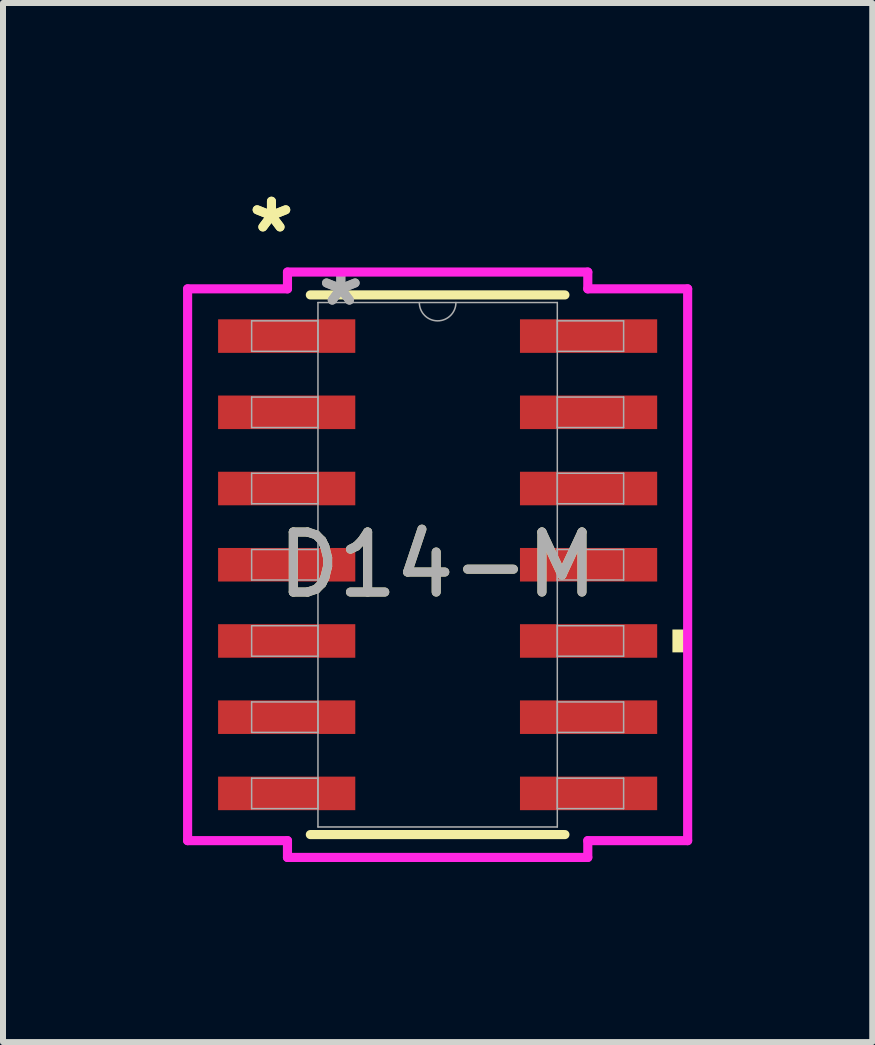
<source format=kicad_pcb>
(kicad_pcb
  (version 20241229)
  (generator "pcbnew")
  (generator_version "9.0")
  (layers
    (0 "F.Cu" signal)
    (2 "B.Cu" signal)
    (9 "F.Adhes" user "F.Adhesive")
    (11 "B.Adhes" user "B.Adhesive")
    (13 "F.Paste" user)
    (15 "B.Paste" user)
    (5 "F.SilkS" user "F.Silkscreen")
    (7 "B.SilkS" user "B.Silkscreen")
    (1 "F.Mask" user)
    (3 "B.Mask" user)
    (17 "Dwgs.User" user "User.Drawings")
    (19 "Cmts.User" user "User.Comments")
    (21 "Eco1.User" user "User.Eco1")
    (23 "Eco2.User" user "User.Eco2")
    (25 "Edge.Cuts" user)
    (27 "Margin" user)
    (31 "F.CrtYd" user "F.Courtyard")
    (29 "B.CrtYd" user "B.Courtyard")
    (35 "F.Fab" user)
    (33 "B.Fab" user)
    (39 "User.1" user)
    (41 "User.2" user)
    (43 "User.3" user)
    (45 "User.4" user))
  (footprint "D14-M"
    (layer "F.Cu")
    (at 4.242 6.36)
    (property "Reference" "D14-M" (at 0 0 0) (unlocked yes) (layer "F.SilkS") (effects (font (size 1 1) (thickness 0.15))))
    (attr smd)
    (fp_line (start -2.121 4.496) (end 2.121 4.496) (stroke (width 0.152) (type solid)) (layer "F.SilkS"))
    (fp_line (start 2.121 -4.496) (end -2.121 -4.496) (stroke (width 0.152) (type solid)) (layer "F.SilkS"))
    (fp_poly (pts (xy 4.166 1.079) (xy 4.166 1.46) (xy 3.912 1.46) (xy 3.912 1.079)) (stroke (width 0) (type solid)) (fill yes) (layer "F.SilkS"))
    (fp_line (start -4.166 -4.597) (end -2.502 -4.597) (stroke (width 0.152) (type solid)) (layer "F.CrtYd"))
    (fp_line (start -4.166 4.597) (end -4.166 -4.597) (stroke (width 0.152) (type solid)) (layer "F.CrtYd"))
    (fp_line (start -4.166 4.597) (end -2.502 4.597) (stroke (width 0.152) (type solid)) (layer "F.CrtYd"))
    (fp_line (start -2.502 -4.877) (end 2.502 -4.877) (stroke (width 0.152) (type solid)) (layer "F.CrtYd"))
    (fp_line (start -2.502 -4.597) (end -2.502 -4.877) (stroke (width 0.152) (type solid)) (layer "F.CrtYd"))
    (fp_line (start -2.502 4.877) (end -2.502 4.597) (stroke (width 0.152) (type solid)) (layer "F.CrtYd"))
    (fp_line (start 2.502 -4.877) (end 2.502 -4.597) (stroke (width 0.152) (type solid)) (layer "F.CrtYd"))
    (fp_line (start 2.502 4.597) (end 2.502 4.877) (stroke (width 0.152) (type solid)) (layer "F.CrtYd"))
    (fp_line (start 2.502 4.877) (end -2.502 4.877) (stroke (width 0.152) (type solid)) (layer "F.CrtYd"))
    (fp_line (start 4.166 -4.597) (end 2.502 -4.597) (stroke (width 0.152) (type solid)) (layer "F.CrtYd"))
    (fp_line (start 4.166 -4.597) (end 4.166 4.597) (stroke (width 0.152) (type solid)) (layer "F.CrtYd"))
    (fp_line (start 4.166 4.597) (end 2.502 4.597) (stroke (width 0.152) (type solid)) (layer "F.CrtYd"))
    (fp_line (start -3.099 -4.064) (end -3.099 -3.556) (stroke (width 0.025) (type solid)) (layer "F.Fab"))
    (fp_line (start -3.099 -3.556) (end -1.994 -3.556) (stroke (width 0.025) (type solid)) (layer "F.Fab"))
    (fp_line (start -3.099 -2.794) (end -3.099 -2.286) (stroke (width 0.025) (type solid)) (layer "F.Fab"))
    (fp_line (start -3.099 -2.286) (end -1.994 -2.286) (stroke (width 0.025) (type solid)) (layer "F.Fab"))
    (fp_line (start -3.099 -1.524) (end -3.099 -1.016) (stroke (width 0.025) (type solid)) (layer "F.Fab"))
    (fp_line (start -3.099 -1.016) (end -1.994 -1.016) (stroke (width 0.025) (type solid)) (layer "F.Fab"))
    (fp_line (start -3.099 -0.254) (end -3.099 0.254) (stroke (width 0.025) (type solid)) (layer "F.Fab"))
    (fp_line (start -3.099 0.254) (end -1.994 0.254) (stroke (width 0.025) (type solid)) (layer "F.Fab"))
    (fp_line (start -3.099 1.016) (end -3.099 1.524) (stroke (width 0.025) (type solid)) (layer "F.Fab"))
    (fp_line (start -3.099 1.524) (end -1.994 1.524) (stroke (width 0.025) (type solid)) (layer "F.Fab"))
    (fp_line (start -3.099 2.286) (end -3.099 2.794) (stroke (width 0.025) (type solid)) (layer "F.Fab"))
    (fp_line (start -3.099 2.794) (end -1.994 2.794) (stroke (width 0.025) (type solid)) (layer "F.Fab"))
    (fp_line (start -3.099 3.556) (end -3.099 4.064) (stroke (width 0.025) (type solid)) (layer "F.Fab"))
    (fp_line (start -3.099 4.064) (end -1.994 4.064) (stroke (width 0.025) (type solid)) (layer "F.Fab"))
    (fp_line (start -1.994 -4.369) (end -1.994 4.369) (stroke (width 0.025) (type solid)) (layer "F.Fab"))
    (fp_line (start -1.994 -4.064) (end -3.099 -4.064) (stroke (width 0.025) (type solid)) (layer "F.Fab"))
    (fp_line (start -1.994 -3.556) (end -1.994 -4.064) (stroke (width 0.025) (type solid)) (layer "F.Fab"))
    (fp_line (start -1.994 -2.794) (end -3.099 -2.794) (stroke (width 0.025) (type solid)) (layer "F.Fab"))
    (fp_line (start -1.994 -2.286) (end -1.994 -2.794) (stroke (width 0.025) (type solid)) (layer "F.Fab"))
    (fp_line (start -1.994 -1.524) (end -3.099 -1.524) (stroke (width 0.025) (type solid)) (layer "F.Fab"))
    (fp_line (start -1.994 -1.016) (end -1.994 -1.524) (stroke (width 0.025) (type solid)) (layer "F.Fab"))
    (fp_line (start -1.994 -0.254) (end -3.099 -0.254) (stroke (width 0.025) (type solid)) (layer "F.Fab"))
    (fp_line (start -1.994 0.254) (end -1.994 -0.254) (stroke (width 0.025) (type solid)) (layer "F.Fab"))
    (fp_line (start -1.994 1.016) (end -3.099 1.016) (stroke (width 0.025) (type solid)) (layer "F.Fab"))
    (fp_line (start -1.994 1.524) (end -1.994 1.016) (stroke (width 0.025) (type solid)) (layer "F.Fab"))
    (fp_line (start -1.994 2.286) (end -3.099 2.286) (stroke (width 0.025) (type solid)) (layer "F.Fab"))
    (fp_line (start -1.994 2.794) (end -1.994 2.286) (stroke (width 0.025) (type solid)) (layer "F.Fab"))
    (fp_line (start -1.994 3.556) (end -3.099 3.556) (stroke (width 0.025) (type solid)) (layer "F.Fab"))
    (fp_line (start -1.994 4.064) (end -1.994 3.556) (stroke (width 0.025) (type solid)) (layer "F.Fab"))
    (fp_line (start -1.994 4.369) (end 1.994 4.369) (stroke (width 0.025) (type solid)) (layer "F.Fab"))
    (fp_line (start 1.994 -4.369) (end -1.994 -4.369) (stroke (width 0.025) (type solid)) (layer "F.Fab"))
    (fp_line (start 1.994 -4.064) (end 1.994 -3.556) (stroke (width 0.025) (type solid)) (layer "F.Fab"))
    (fp_line (start 1.994 -3.556) (end 3.099 -3.556) (stroke (width 0.025) (type solid)) (layer "F.Fab"))
    (fp_line (start 1.994 -2.794) (end 1.994 -2.286) (stroke (width 0.025) (type solid)) (layer "F.Fab"))
    (fp_line (start 1.994 -2.286) (end 3.099 -2.286) (stroke (width 0.025) (type solid)) (layer "F.Fab"))
    (fp_line (start 1.994 -1.524) (end 1.994 -1.016) (stroke (width 0.025) (type solid)) (layer "F.Fab"))
    (fp_line (start 1.994 -1.016) (end 3.099 -1.016) (stroke (width 0.025) (type solid)) (layer "F.Fab"))
    (fp_line (start 1.994 -0.254) (end 1.994 0.254) (stroke (width 0.025) (type solid)) (layer "F.Fab"))
    (fp_line (start 1.994 0.254) (end 3.099 0.254) (stroke (width 0.025) (type solid)) (layer "F.Fab"))
    (fp_line (start 1.994 1.016) (end 1.994 1.524) (stroke (width 0.025) (type solid)) (layer "F.Fab"))
    (fp_line (start 1.994 1.524) (end 3.099 1.524) (stroke (width 0.025) (type solid)) (layer "F.Fab"))
    (fp_line (start 1.994 2.286) (end 1.994 2.794) (stroke (width 0.025) (type solid)) (layer "F.Fab"))
    (fp_line (start 1.994 2.794) (end 3.099 2.794) (stroke (width 0.025) (type solid)) (layer "F.Fab"))
    (fp_line (start 1.994 3.556) (end 1.994 4.064) (stroke (width 0.025) (type solid)) (layer "F.Fab"))
    (fp_line (start 1.994 4.064) (end 3.099 4.064) (stroke (width 0.025) (type solid)) (layer "F.Fab"))
    (fp_line (start 1.994 4.369) (end 1.994 -4.369) (stroke (width 0.025) (type solid)) (layer "F.Fab"))
    (fp_line (start 3.099 -4.064) (end 1.994 -4.064) (stroke (width 0.025) (type solid)) (layer "F.Fab"))
    (fp_line (start 3.099 -3.556) (end 3.099 -4.064) (stroke (width 0.025) (type solid)) (layer "F.Fab"))
    (fp_line (start 3.099 -2.794) (end 1.994 -2.794) (stroke (width 0.025) (type solid)) (layer "F.Fab"))
    (fp_line (start 3.099 -2.286) (end 3.099 -2.794) (stroke (width 0.025) (type solid)) (layer "F.Fab"))
    (fp_line (start 3.099 -1.524) (end 1.994 -1.524) (stroke (width 0.025) (type solid)) (layer "F.Fab"))
    (fp_line (start 3.099 -1.016) (end 3.099 -1.524) (stroke (width 0.025) (type solid)) (layer "F.Fab"))
    (fp_line (start 3.099 -0.254) (end 1.994 -0.254) (stroke (width 0.025) (type solid)) (layer "F.Fab"))
    (fp_line (start 3.099 0.254) (end 3.099 -0.254) (stroke (width 0.025) (type solid)) (layer "F.Fab"))
    (fp_line (start 3.099 1.016) (end 1.994 1.016) (stroke (width 0.025) (type solid)) (layer "F.Fab"))
    (fp_line (start 3.099 1.524) (end 3.099 1.016) (stroke (width 0.025) (type solid)) (layer "F.Fab"))
    (fp_line (start 3.099 2.286) (end 1.994 2.286) (stroke (width 0.025) (type solid)) (layer "F.Fab"))
    (fp_line (start 3.099 2.794) (end 3.099 2.286) (stroke (width 0.025) (type solid)) (layer "F.Fab"))
    (fp_line (start 3.099 3.556) (end 1.994 3.556) (stroke (width 0.025) (type solid)) (layer "F.Fab"))
    (fp_line (start 3.099 4.064) (end 3.099 3.556) (stroke (width 0.025) (type solid)) (layer "F.Fab"))
    (fp_arc (start 0.3048 -4.3688) (mid 0 -4.064) (end -0.3048 -4.3688) (stroke (width 0.0254) (type solid)) (layer "F.Fab"))
    (fp_text user "*" (at -2.769 -5.512 0) (layer "F.SilkS") (effects (font (size 1 1) (thickness 0.15))))
    (fp_text user "*" (at -2.769 -5.512 0) (unlocked yes) (layer "F.SilkS") (effects (font (size 1 1) (thickness 0.15))))
    (fp_text user "*" (at -1.613 -4.293 0) (unlocked yes) (layer "F.Fab") (effects (font (size 1 1) (thickness 0.15))))
    (fp_text user "${REFERENCE}" (at 0 0 0) (unlocked yes) (layer "F.Fab") (effects (font (size 1 1) (thickness 0.15))))
    (fp_text user "*" (at -1.613 -4.293 0) (layer "F.Fab") (effects (font (size 1 1) (thickness 0.15))))
    (pad "1" smd rect (at -2.515 -3.81) (size 2.286 0.559) (layers "F.Cu" "F.Mask" "F.Paste"))
    (pad "2" smd rect (at -2.515 -2.54) (size 2.286 0.559) (layers "F.Cu" "F.Mask" "F.Paste"))
    (pad "3" smd rect (at -2.515 -1.27) (size 2.286 0.559) (layers "F.Cu" "F.Mask" "F.Paste"))
    (pad "4" smd rect (at -2.515 0) (size 2.286 0.559) (layers "F.Cu" "F.Mask" "F.Paste"))
    (pad "5" smd rect (at -2.515 1.27) (size 2.286 0.559) (layers "F.Cu" "F.Mask" "F.Paste"))
    (pad "6" smd rect (at -2.515 2.54) (size 2.286 0.559) (layers "F.Cu" "F.Mask" "F.Paste"))
    (pad "7" smd rect (at -2.515 3.81) (size 2.286 0.559) (layers "F.Cu" "F.Mask" "F.Paste"))
    (pad "8" smd rect (at 2.515 3.81) (size 2.286 0.559) (layers "F.Cu" "F.Mask" "F.Paste"))
    (pad "9" smd rect (at 2.515 2.54) (size 2.286 0.559) (layers "F.Cu" "F.Mask" "F.Paste"))
    (pad "10" smd rect (at 2.515 1.27) (size 2.286 0.559) (layers "F.Cu" "F.Mask" "F.Paste"))
    (pad "11" smd rect (at 2.515 0) (size 2.286 0.559) (layers "F.Cu" "F.Mask" "F.Paste"))
    (pad "12" smd rect (at 2.515 -1.27) (size 2.286 0.559) (layers "F.Cu" "F.Mask" "F.Paste"))
    (pad "13" smd rect (at 2.515 -2.54) (size 2.286 0.559) (layers "F.Cu" "F.Mask" "F.Paste"))
    (pad "14" smd rect (at 2.515 -3.81) (size 2.286 0.559) (layers "F.Cu" "F.Mask" "F.Paste")))
  (gr_rect
    (start -3 -3)
    (end 11.484 14.313)
    (stroke (width 0.1) (type default))
    (fill no)
    (layer "Edge.Cuts")))
</source>
